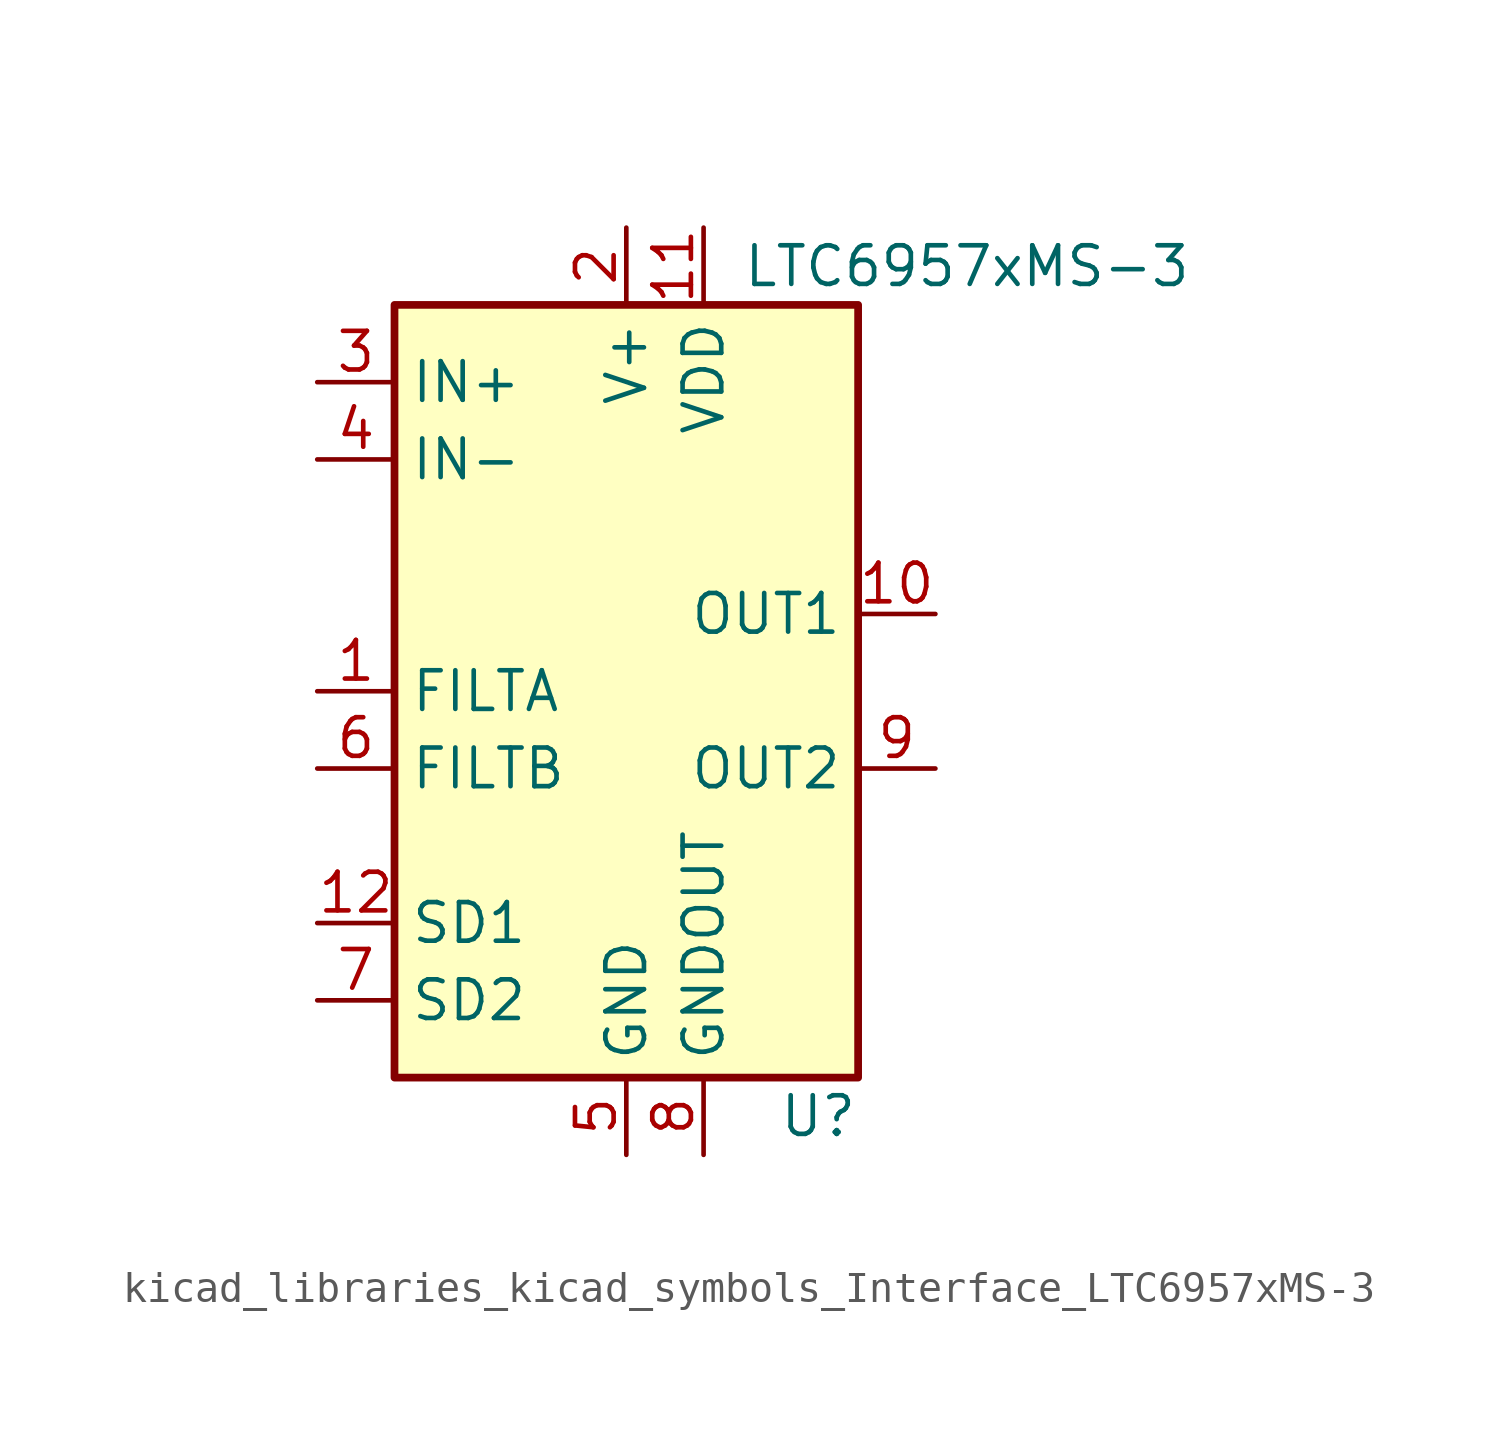
<source format=kicad_sym>
(kicad_symbol_lib
  (version 20220914)
  (generator kicad_symbol_editor)
  (symbol "kicad_libraries_kicad_symbols_Interface_LTC6957xMS-3"
    (property "Reference" "U"
      (at 7.62 -13.97 0)
      (effects (font (size 1.27 1.27)) (justify right)))
    (property "Value" "LTC6957xMS-3"
      (at 3.81 13.97 0)
      (effects (font (size 1.27 1.27)) (justify left)))
    (symbol "kicad_libraries_kicad_symbols_Interface_LTC6957xMS-3_0_1"
      (rectangle (start -7.62 12.7) (end 7.62 -12.7) (stroke (width 0.254) (type default)) (fill (type background))))
    (symbol "kicad_libraries_kicad_symbols_Interface_LTC6957xMS-3_1_1"
      (pin input line (at -10.16 0 0) (length 2.54) (name "FILTA" (effects (font (size 1.27 1.27)))) (number "1" (effects (font (size 1.27 1.27)))))
      (pin output line (at 10.16 2.54 180) (length 2.54) (name "OUT1" (effects (font (size 1.27 1.27)))) (number "10" (effects (font (size 1.27 1.27)))))
      (pin power_in line (at 2.54 15.24 270) (length 2.54) (name "VDD" (effects (font (size 1.27 1.27)))) (number "11" (effects (font (size 1.27 1.27)))))
      (pin input line (at -10.16 -7.62 0) (length 2.54) (name "SD1" (effects (font (size 1.27 1.27)))) (number "12" (effects (font (size 1.27 1.27)))))
      (pin power_in line (at 0 15.24 270) (length 2.54) (name "V+" (effects (font (size 1.27 1.27)))) (number "2" (effects (font (size 1.27 1.27)))))
      (pin input line (at -10.16 10.16 0) (length 2.54) (name "IN+" (effects (font (size 1.27 1.27)))) (number "3" (effects (font (size 1.27 1.27)))))
      (pin input line (at -10.16 7.62 0) (length 2.54) (name "IN-" (effects (font (size 1.27 1.27)))) (number "4" (effects (font (size 1.27 1.27)))))
      (pin power_in line (at 0 -15.24 90) (length 2.54) (name "GND" (effects (font (size 1.27 1.27)))) (number "5" (effects (font (size 1.27 1.27)))))
      (pin input line (at -10.16 -2.54 0) (length 2.54) (name "FILTB" (effects (font (size 1.27 1.27)))) (number "6" (effects (font (size 1.27 1.27)))))
      (pin input line (at -10.16 -10.16 0) (length 2.54) (name "SD2" (effects (font (size 1.27 1.27)))) (number "7" (effects (font (size 1.27 1.27)))))
      (pin output line (at 2.54 -15.24 90) (length 2.54) (name "GNDOUT" (effects (font (size 1.27 1.27)))) (number "8" (effects (font (size 1.27 1.27)))))
      (pin output line (at 10.16 -2.54 180) (length 2.54) (name "OUT2" (effects (font (size 1.27 1.27)))) (number "9" (effects (font (size 1.27 1.27))))))))
</source>
